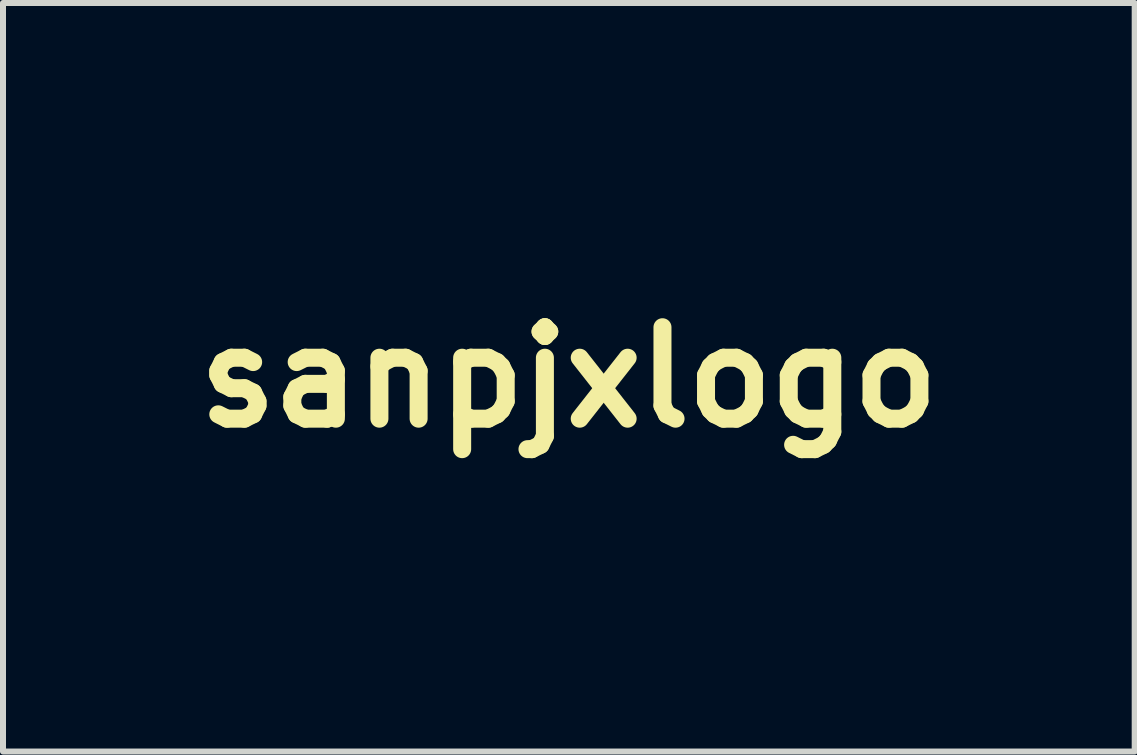
<source format=kicad_pcb>
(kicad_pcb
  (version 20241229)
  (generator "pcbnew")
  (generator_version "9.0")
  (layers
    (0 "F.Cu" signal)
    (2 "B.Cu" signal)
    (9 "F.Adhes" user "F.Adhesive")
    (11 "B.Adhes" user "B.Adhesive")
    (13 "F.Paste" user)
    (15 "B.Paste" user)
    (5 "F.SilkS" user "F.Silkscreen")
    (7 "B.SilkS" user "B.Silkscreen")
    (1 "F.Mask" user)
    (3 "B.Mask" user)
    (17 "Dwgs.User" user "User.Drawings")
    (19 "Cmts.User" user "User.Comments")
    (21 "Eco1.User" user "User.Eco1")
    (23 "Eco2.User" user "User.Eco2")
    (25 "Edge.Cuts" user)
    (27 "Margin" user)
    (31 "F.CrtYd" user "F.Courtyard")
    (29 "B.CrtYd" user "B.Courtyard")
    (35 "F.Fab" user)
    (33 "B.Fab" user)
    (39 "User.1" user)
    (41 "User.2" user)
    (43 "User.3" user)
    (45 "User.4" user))
  (footprint "sanpjxlogo"
    (layer "F.Cu")
    (at 6.43 3.238)
    (property "Reference" "sanpjxlogo" (at 0 0 0) (layer "F.SilkS") (effects (font (size 1.524 1.524) (thickness 0.3))))
    (attr through_hole)
    (fp_poly (pts (xy -0.574 -3.039) (xy -0.381 -2.846) (xy -0.188 -3.039) (xy 0.006 -3.232) (xy 0.189 -3.042) (xy 0.241 -2.987) (xy 0.29 -2.939) (xy 0.33 -2.899) (xy 0.361 -2.87) (xy 0.38 -2.854) (xy 0.385 -2.852) (xy 0.396 -2.86) (xy 0.422 -2.882) (xy 0.458 -2.915) (xy 0.461 -2.918) (xy 0.75 -2.918) (xy 0.756 -2.891) (xy 0.763 -2.878) (xy 0.769 -2.861) (xy 0.761 -2.843) (xy 0.752 -2.815) (xy 0.758 -2.794) (xy 0.775 -2.783) (xy 0.796 -2.789) (xy 0.808 -2.799) (xy 0.821 -2.81) (xy 0.836 -2.806) (xy 0.85 -2.798) (xy 0.873 -2.786) (xy 0.89 -2.791) (xy 0.895 -2.794) (xy 0.911 -2.818) (xy 0.904 -2.842) (xy 0.894 -2.852) (xy 0.883 -2.865) (xy 0.889 -2.879) (xy 0.896 -2.888) (xy 0.908 -2.912) (xy 0.903 -2.932) (xy 0.885 -2.944) (xy 0.862 -2.942) (xy 0.845 -2.93) (xy 0.829 -2.922) (xy 0.817 -2.93) (xy 0.795 -2.941) (xy 0.777 -2.944) (xy 0.756 -2.938) (xy 0.75 -2.918) (xy 0.461 -2.918) (xy 0.504 -2.959) (xy 0.556 -3.009) (xy 0.586 -3.039) (xy 0.774 -3.227) (xy 2.972 -1.028) (xy 2.941 -0.996) (xy 2.91 -0.963) (xy 2.941 -0.932) (xy 2.973 -0.9) (xy 2.811 -0.738) (xy 2.65 -0.576) (xy 2.902 -0.338) (xy 2.388 0.166) (xy 2.559 0.337) (xy 2.73 0.508) (xy 1.368 1.87) (xy 1.22 2.018) (xy 1.077 2.162) (xy 0.939 2.3) (xy 0.806 2.431) (xy 0.681 2.556) (xy 0.564 2.673) (xy 0.455 2.781) (xy 0.356 2.88) (xy 0.267 2.968) (xy 0.19 3.045) (xy 0.124 3.11) (xy 0.072 3.161) (xy 0.033 3.2) (xy 0.009 3.223) (xy 0.000023 3.231) (xy 0.000018 3.231) (xy -0.009 3.223) (xy -0.033 3.199) (xy -0.071 3.161) (xy -0.124 3.108) (xy -0.189 3.043) (xy -0.267 2.966) (xy -0.355 2.877) (xy -0.454 2.778) (xy -0.563 2.67) (xy -0.68 2.553) (xy -0.805 2.428) (xy -0.937 2.296) (xy -1.075 2.157) (xy -1.218 2.014) (xy -1.365 1.866) (xy -2.72 0.508) (xy -2.534 0.508) (xy -1.27 1.772) (xy -1.128 1.915) (xy -0.99 2.052) (xy -0.857 2.185) (xy -0.731 2.311) (xy -0.611 2.43) (xy -0.5 2.541) (xy -0.397 2.643) (xy -0.305 2.736) (xy -0.223 2.817) (xy -0.152 2.887) (xy -0.094 2.945) (xy -0.049 2.989) (xy -0.018 3.02) (xy -0.002 3.035) (xy 0 3.036) (xy 0.009 3.028) (xy 0.033 3.005) (xy 0.071 2.967) (xy 0.124 2.915) (xy 0.189 2.851) (xy 0.266 2.774) (xy 0.354 2.686) (xy 0.452 2.589) (xy 0.56 2.482) (xy 0.675 2.366) (xy 0.799 2.243) (xy 0.929 2.113) (xy 1.064 1.978) (xy 1.205 1.837) (xy 1.27 1.772) (xy 2.534 0.508) (xy 2.413 0.387) (xy 2.291 0.265) (xy 0.001 2.558) (xy -1.145 1.412) (xy -1.305 1.252) (xy -1.108 1.252) (xy 0.006 2.367) (xy 1.114 1.258) (xy 0.967 1.111) (xy 0.82 0.964) (xy 0.41 1.374) (xy 0 1.784) (xy -0.41 1.374) (xy -0.82 0.964) (xy -1.108 1.252) (xy -1.305 1.252) (xy -2.292 0.266) (xy -2.413 0.387) (xy -2.534 0.508) (xy -2.72 0.508) (xy -2.725 0.503) (xy -2.384 0.175) (xy -2.638 -0.08) (xy -2.892 -0.335) (xy -2.771 -0.456) (xy -2.65 -0.577) (xy -2.713 -0.641) (xy -2.39 -0.641) (xy -2.39 -0.029) (xy -1.588 0.774) (xy -1.443 0.629) (xy -1.299 0.485) (xy -1.709 0.075) (xy -2.055 -0.271) (xy -0.762 -0.271) (xy -0.75 -0.145) (xy -0.718 -0.024) (xy -0.667 0.089) (xy -0.599 0.193) (xy -0.515 0.285) (xy -0.418 0.362) (xy -0.309 0.424) (xy -0.19 0.467) (xy -0.109 0.484) (xy -0.021 0.49) (xy 0.076 0.486) (xy 0.173 0.47) (xy 0.231 0.455) (xy 0.351 0.405) (xy 0.46 0.337) (xy 0.556 0.25) (xy 0.637 0.149) (xy 0.701 0.035) (xy 0.729 -0.035) (xy 0.746 -0.101) (xy 0.756 -0.182) (xy 0.761 -0.269) (xy 0.759 -0.354) (xy 0.751 -0.429) (xy 0.746 -0.451) (xy 0.707 -0.565) (xy 0.651 -0.672) (xy 0.581 -0.768) (xy 0.557 -0.794) (xy 0.497 -0.851) (xy 0.446 -0.889) (xy 0.401 -0.907) (xy 0.361 -0.907) (xy 0.322 -0.89) (xy 0.298 -0.869) (xy 0.267 -0.826) (xy 0.258 -0.78) (xy 0.27 -0.732) (xy 0.303 -0.686) (xy 0.33 -0.663) (xy 0.38 -0.614) (xy 0.426 -0.551) (xy 0.465 -0.48) (xy 0.487 -0.424) (xy 0.5 -0.373) (xy 0.506 -0.324) (xy 0.507 -0.267) (xy 0.506 -0.243) (xy 0.502 -0.187) (xy 0.495 -0.145) (xy 0.482 -0.106) (xy 0.461 -0.06) (xy 0.459 -0.056) (xy 0.401 0.038) (xy 0.329 0.115) (xy 0.246 0.173) (xy 0.154 0.213) (xy 0.055 0.233) (xy -0.047 0.232) (xy -0.151 0.21) (xy -0.227 0.179) (xy -0.314 0.124) (xy -0.385 0.055) (xy -0.441 -0.025) (xy -0.479 -0.113) (xy -0.5 -0.206) (xy -0.504 -0.302) (xy -0.49 -0.398) (xy -0.457 -0.489) (xy -0.405 -0.574) (xy -0.349 -0.636) (xy -0.307 -0.677) (xy -0.279 -0.709) (xy -0.263 -0.736) (xy -0.256 -0.763) (xy -0.254 -0.783) (xy -0.264 -0.832) (xy -0.292 -0.872) (xy -0.316 -0.888) (xy -0.126 -0.888) (xy -0.126 -0.799) (xy -0.125 -0.7) (xy -0.121 -0.344) (xy -0.084 -0.311) (xy -0.042 -0.286) (xy 0.006 -0.276) (xy 0.051 -0.283) (xy 0.077 -0.298) (xy 0.09 -0.31) (xy 0.101 -0.323) (xy 0.11 -0.339) (xy 0.116 -0.363) (xy 0.121 -0.394) (xy 0.124 -0.438) (xy 0.126 -0.495) (xy 0.127 -0.569) (xy 0.127 -0.661) (xy 0.127 -0.724) (xy 0.127 -0.829) (xy 0.126 -0.913) (xy 0.125 -0.98) (xy 0.123 -1.03) (xy 0.119 -1.068) (xy 0.112 -1.095) (xy 0.104 -1.114) (xy 0.092 -1.128) (xy 0.078 -1.138) (xy 0.059 -1.148) (xy 0.058 -1.149) (xy 0.023 -1.161) (xy 1.305 -1.161) (xy 1.714 -0.751) (xy 2.124 -0.34) (xy 1.715 0.069) (xy 1.305 0.479) (xy 1.452 0.627) (xy 1.599 0.774) (xy 1.994 0.376) (xy 2.39 -0.022) (xy 2.39 -0.652) (xy 2.098 -0.944) (xy 2.438 -0.944) (xy 2.447 -0.922) (xy 2.467 -0.912) (xy 2.491 -0.916) (xy 2.502 -0.925) (xy 2.519 -0.931) (xy 2.537 -0.923) (xy 2.565 -0.914) (xy 2.587 -0.923) (xy 2.598 -0.942) (xy 2.593 -0.967) (xy 2.584 -0.979) (xy 2.576 -0.995) (xy 2.584 -1.007) (xy 2.598 -1.032) (xy 2.594 -1.055) (xy 2.577 -1.069) (xy 2.551 -1.069) (xy 2.537 -1.063) (xy 2.514 -1.055) (xy 2.502 -1.061) (xy 2.477 -1.074) (xy 2.455 -1.07) (xy 2.44 -1.052) (xy 2.44 -1.027) (xy 2.446 -1.014) (xy 2.453 -0.99) (xy 2.446 -0.971) (xy 2.438 -0.944) (xy 2.098 -0.944) (xy 1.992 -1.051) (xy 1.593 -1.449) (xy 1.449 -1.305) (xy 1.305 -1.161) (xy 0.023 -1.161) (xy 0.011 -1.164) (xy -0.032 -1.159) (xy -0.058 -1.147) (xy -0.077 -1.135) (xy -0.092 -1.122) (xy -0.104 -1.106) (xy -0.113 -1.084) (xy -0.119 -1.054) (xy -0.123 -1.013) (xy -0.125 -0.958) (xy -0.126 -0.888) (xy -0.316 -0.888) (xy -0.332 -0.899) (xy -0.381 -0.908) (xy -0.402 -0.906) (xy -0.427 -0.898) (xy -0.455 -0.88) (xy -0.492 -0.849) (xy -0.538 -0.804) (xy -0.625 -0.702) (xy -0.691 -0.59) (xy -0.736 -0.47) (xy -0.758 -0.343) (xy -0.762 -0.271) (xy -2.055 -0.271) (xy -2.118 -0.335) (xy -1.709 -0.745) (xy -1.299 -1.154) (xy -1.443 -1.299) (xy -1.587 -1.443) (xy -1.989 -1.042) (xy -2.39 -0.641) (xy -2.713 -0.641) (xy -2.811 -0.739) (xy -2.972 -0.9) (xy -2.938 -0.935) (xy -2.905 -0.97) (xy -2.936 -1.002) (xy -2.967 -1.033) (xy -2.884 -1.116) (xy -2.771 -1.116) (xy -2.766 -1.09) (xy -2.758 -1.077) (xy -2.752 -1.06) (xy -2.76 -1.042) (xy -2.769 -1.014) (xy -2.763 -0.993) (xy -2.747 -0.982) (xy -2.725 -0.988) (xy -2.714 -0.998) (xy -2.701 -1.009) (xy -2.685 -1.005) (xy -2.672 -0.997) (xy -2.648 -0.985) (xy -2.631 -0.99) (xy -2.627 -0.993) (xy -2.611 -1.017) (xy -2.617 -1.041) (xy -2.627 -1.051) (xy -2.638 -1.064) (xy -2.633 -1.078) (xy -2.625 -1.086) (xy -2.613 -1.111) (xy -2.619 -1.131) (xy -2.633 -1.141) (xy -2.331 -1.141) (xy -2.324 -1.128) (xy -2.304 -1.121) (xy -2.276 -1.136) (xy -2.272 -1.139) (xy -2.255 -1.152) (xy -2.241 -1.148) (xy -2.229 -1.138) (xy -2.206 -1.125) (xy -2.188 -1.124) (xy -2.173 -1.14) (xy -2.173 -1.164) (xy -2.186 -1.188) (xy -2.188 -1.189) (xy -2.199 -1.203) (xy -2.194 -1.217) (xy -2.187 -1.225) (xy -2.175 -1.25) (xy -2.18 -1.27) (xy -2.197 -1.281) (xy -2.221 -1.279) (xy -2.238 -1.268) (xy -2.253 -1.26) (xy -2.265 -1.268) (xy -2.29 -1.282) (xy -2.312 -1.279) (xy -2.326 -1.264) (xy -2.326 -1.242) (xy -2.316 -1.225) (xy -2.303 -1.208) (xy -2.308 -1.196) (xy -2.315 -1.189) (xy -2.329 -1.167) (xy -2.331 -1.141) (xy -2.633 -1.141) (xy -2.636 -1.143) (xy -2.66 -1.141) (xy -2.676 -1.129) (xy -2.692 -1.121) (xy -2.704 -1.129) (xy -2.726 -1.14) (xy -2.744 -1.143) (xy -2.765 -1.137) (xy -2.771 -1.116) (xy -2.884 -1.116) (xy -2.704 -1.296) (xy -2.528 -1.296) (xy -2.519 -1.283) (xy -2.514 -1.282) (xy -2.503 -1.289) (xy -2.478 -1.312) (xy -2.439 -1.348) (xy -2.39 -1.395) (xy -2.331 -1.453) (xy -2.264 -1.518) (xy -2.243 -1.539) (xy -2.086 -1.539) (xy -2.081 -1.522) (xy -2.078 -1.518) (xy -2.057 -1.502) (xy -2.034 -1.508) (xy -2.02 -1.519) (xy -2.004 -1.53) (xy -1.991 -1.524) (xy -1.986 -1.519) (xy -1.962 -1.502) (xy -1.938 -1.509) (xy -1.928 -1.518) (xy -1.92 -1.535) (xy -1.928 -1.557) (xy -1.932 -1.563) (xy -1.943 -1.584) (xy -1.941 -1.596) (xy -1.847 -1.596) (xy -1.838 -1.583) (xy -1.833 -1.582) (xy -1.822 -1.59) (xy -1.797 -1.613) (xy -1.758 -1.649) (xy -1.707 -1.698) (xy -1.646 -1.758) (xy -1.575 -1.827) (xy -1.497 -1.904) (xy -1.473 -1.928) (xy -1.102 -1.928) (xy -0.814 -1.639) (xy -0.404 -2.049) (xy 0.006 -2.459) (xy 0.416 -2.049) (xy 0.825 -1.639) (xy 0.97 -1.784) (xy 1.025 -1.839) (xy 1.605 -1.839) (xy 1.613 -1.828) (xy 1.635 -1.804) (xy 1.67 -1.767) (xy 1.716 -1.72) (xy 1.77 -1.665) (xy 1.831 -1.604) (xy 1.896 -1.538) (xy 1.964 -1.471) (xy 2.033 -1.403) (xy 2.1 -1.337) (xy 2.164 -1.274) (xy 2.222 -1.217) (xy 2.273 -1.168) (xy 2.314 -1.129) (xy 2.345 -1.101) (xy 2.361 -1.087) (xy 2.364 -1.085) (xy 2.377 -1.094) (xy 2.378 -1.1) (xy 2.37 -1.111) (xy 2.348 -1.136) (xy 2.312 -1.174) (xy 2.265 -1.224) (xy 2.243 -1.246) (xy 2.426 -1.246) (xy 2.432 -1.222) (xy 2.438 -1.215) (xy 2.453 -1.203) (xy 2.466 -1.205) (xy 2.484 -1.22) (xy 2.502 -1.233) (xy 2.516 -1.229) (xy 2.527 -1.22) (xy 2.551 -1.208) (xy 2.573 -1.21) (xy 2.586 -1.225) (xy 2.586 -1.231) (xy 2.58 -1.253) (xy 2.572 -1.27) (xy 2.564 -1.291) (xy 2.572 -1.307) (xy 2.586 -1.331) (xy 2.582 -1.353) (xy 2.566 -1.366) (xy 2.543 -1.365) (xy 2.527 -1.355) (xy 2.509 -1.342) (xy 2.495 -1.346) (xy 2.482 -1.356) (xy 2.463 -1.37) (xy 2.447 -1.366) (xy 2.442 -1.363) (xy 2.426 -1.341) (xy 2.431 -1.318) (xy 2.442 -1.304) (xy 2.454 -1.288) (xy 2.448 -1.275) (xy 2.442 -1.27) (xy 2.426 -1.246) (xy 2.243 -1.246) (xy 2.208 -1.283) (xy 2.142 -1.349) (xy 2.074 -1.418) (xy 2.139 -1.418) (xy 2.14 -1.404) (xy 2.156 -1.389) (xy 2.181 -1.387) (xy 2.202 -1.398) (xy 2.219 -1.404) (xy 2.237 -1.396) (xy 2.265 -1.388) (xy 2.287 -1.396) (xy 2.298 -1.416) (xy 2.293 -1.441) (xy 2.284 -1.452) (xy 2.276 -1.468) (xy 2.284 -1.48) (xy 2.298 -1.505) (xy 2.295 -1.527) (xy 2.28 -1.541) (xy 2.258 -1.541) (xy 2.241 -1.531) (xy 2.224 -1.518) (xy 2.212 -1.523) (xy 2.205 -1.529) (xy 2.183 -1.544) (xy 2.158 -1.545) (xy 2.141 -1.532) (xy 2.14 -1.53) (xy 2.141 -1.508) (xy 2.151 -1.485) (xy 2.163 -1.464) (xy 2.159 -1.45) (xy 2.151 -1.44) (xy 2.139 -1.418) (xy 2.074 -1.418) (xy 2.071 -1.422) (xy 2.012 -1.481) (xy 1.917 -1.575) (xy 1.837 -1.654) (xy 1.771 -1.718) (xy 1.717 -1.768) (xy 1.676 -1.805) (xy 1.645 -1.83) (xy 1.623 -1.844) (xy 1.61 -1.848) (xy 1.605 -1.842) (xy 1.605 -1.839) (xy 1.025 -1.839) (xy 1.077 -1.891) (xy 1.411 -1.891) (xy 1.42 -1.869) (xy 1.439 -1.858) (xy 1.464 -1.863) (xy 1.474 -1.871) (xy 1.492 -1.877) (xy 1.51 -1.869) (xy 1.538 -1.861) (xy 1.56 -1.87) (xy 1.571 -1.889) (xy 1.565 -1.914) (xy 1.556 -1.926) (xy 1.548 -1.941) (xy 1.556 -1.953) (xy 1.57 -1.979) (xy 1.566 -2.002) (xy 1.549 -2.016) (xy 1.523 -2.016) (xy 1.51 -2.01) (xy 1.487 -2.002) (xy 1.474 -2.008) (xy 1.45 -2.021) (xy 1.427 -2.016) (xy 1.413 -1.999) (xy 1.413 -1.973) (xy 1.418 -1.961) (xy 1.426 -1.937) (xy 1.418 -1.918) (xy 1.411 -1.891) (xy 1.077 -1.891) (xy 1.114 -1.928) (xy 0.724 -2.318) (xy 1.166 -2.318) (xy 1.166 -2.318) (xy 1.174 -2.305) (xy 1.194 -2.281) (xy 1.224 -2.248) (xy 1.258 -2.211) (xy 1.295 -2.175) (xy 1.328 -2.142) (xy 1.355 -2.116) (xy 1.373 -2.103) (xy 1.376 -2.101) (xy 1.389 -2.11) (xy 1.392 -2.114) (xy 1.387 -2.127) (xy 1.368 -2.152) (xy 1.338 -2.187) (xy 1.298 -2.229) (xy 1.298 -2.229) (xy 1.249 -2.277) (xy 1.362 -2.277) (xy 1.37 -2.267) (xy 1.392 -2.243) (xy 1.426 -2.208) (xy 1.47 -2.163) (xy 1.522 -2.11) (xy 1.578 -2.053) (xy 1.638 -1.993) (xy 1.698 -1.933) (xy 1.757 -1.875) (xy 1.812 -1.82) (xy 1.861 -1.772) (xy 1.902 -1.732) (xy 1.933 -1.704) (xy 1.95 -1.688) (xy 1.954 -1.686) (xy 1.961 -1.695) (xy 1.963 -1.706) (xy 1.955 -1.719) (xy 1.932 -1.746) (xy 1.898 -1.784) (xy 1.854 -1.831) (xy 1.802 -1.885) (xy 1.745 -1.943) (xy 1.685 -2.003) (xy 1.625 -2.063) (xy 1.567 -2.12) (xy 1.513 -2.172) (xy 1.465 -2.217) (xy 1.426 -2.253) (xy 1.398 -2.276) (xy 1.383 -2.286) (xy 1.383 -2.286) (xy 1.365 -2.282) (xy 1.362 -2.277) (xy 1.249 -2.277) (xy 1.247 -2.279) (xy 1.21 -2.312) (xy 1.185 -2.329) (xy 1.171 -2.331) (xy 1.166 -2.318) (xy 0.724 -2.318) (xy 0.56 -2.482) (xy 0.44 -2.603) (xy 0.927 -2.603) (xy 0.929 -2.581) (xy 0.939 -2.566) (xy 0.95 -2.551) (xy 0.947 -2.535) (xy 0.939 -2.521) (xy 0.928 -2.498) (xy 0.932 -2.48) (xy 0.935 -2.476) (xy 0.959 -2.46) (xy 0.983 -2.467) (xy 0.993 -2.477) (xy 1.006 -2.488) (xy 1.02 -2.483) (xy 1.029 -2.475) (xy 1.053 -2.463) (xy 1.074 -2.469) (xy 1.085 -2.486) (xy 1.083 -2.51) (xy 1.071 -2.526) (xy 1.064 -2.542) (xy 1.071 -2.554) (xy 1.083 -2.576) (xy 1.085 -2.594) (xy 1.079 -2.615) (xy 1.059 -2.621) (xy 1.032 -2.615) (xy 1.018 -2.607) (xy 1.003 -2.599) (xy 0.991 -2.607) (xy 0.967 -2.619) (xy 0.942 -2.617) (xy 0.927 -2.603) (xy 0.44 -2.603) (xy 0.291 -2.751) (xy 1.028 -2.751) (xy 1.036 -2.741) (xy 1.058 -2.716) (xy 1.094 -2.679) (xy 1.141 -2.63) (xy 1.198 -2.572) (xy 1.264 -2.506) (xy 1.335 -2.435) (xy 1.411 -2.358) (xy 1.49 -2.279) (xy 1.571 -2.199) (xy 1.651 -2.12) (xy 1.728 -2.043) (xy 1.803 -1.97) (xy 1.871 -1.903) (xy 1.933 -1.843) (xy 1.985 -1.792) (xy 2.027 -1.751) (xy 2.057 -1.724) (xy 2.073 -1.71) (xy 2.075 -1.709) (xy 2.089 -1.718) (xy 2.09 -1.723) (xy 2.082 -1.734) (xy 2.059 -1.759) (xy 2.022 -1.798) (xy 1.974 -1.848) (xy 1.914 -1.91) (xy 1.845 -1.98) (xy 1.768 -2.058) (xy 1.684 -2.143) (xy 1.595 -2.232) (xy 1.579 -2.248) (xy 1.468 -2.359) (xy 1.372 -2.454) (xy 1.291 -2.534) (xy 1.222 -2.601) (xy 1.166 -2.654) (xy 1.121 -2.696) (xy 1.086 -2.726) (xy 1.06 -2.746) (xy 1.042 -2.757) (xy 1.032 -2.759) (xy 1.028 -2.753) (xy 1.028 -2.751) (xy 0.291 -2.751) (xy 0.006 -3.036) (xy -0.548 -2.482) (xy -1.102 -1.928) (xy -1.473 -1.928) (xy -1.412 -1.988) (xy -1.322 -2.078) (xy -1.299 -2.101) (xy -1.191 -2.21) (xy -1.098 -2.303) (xy -1.019 -2.383) (xy -0.954 -2.449) (xy -0.902 -2.503) (xy -0.861 -2.547) (xy -0.831 -2.58) (xy -0.81 -2.605) (xy -0.798 -2.621) (xy -0.794 -2.631) (xy -0.794 -2.635) (xy -0.8 -2.635) (xy -0.812 -2.628) (xy -0.832 -2.613) (xy -0.859 -2.589) (xy -0.896 -2.556) (xy -0.942 -2.511) (xy -1.001 -2.455) (xy -1.071 -2.385) (xy -1.155 -2.302) (xy -1.254 -2.204) (xy -1.328 -2.13) (xy -1.419 -2.039) (xy -1.504 -1.953) (xy -1.583 -1.873) (xy -1.655 -1.8) (xy -1.717 -1.736) (xy -1.769 -1.683) (xy -1.808 -1.641) (xy -1.835 -1.612) (xy -1.847 -1.597) (xy -1.847 -1.596) (xy -1.941 -1.596) (xy -1.94 -1.598) (xy -1.931 -1.608) (xy -1.92 -1.63) (xy -1.92 -1.644) (xy -1.937 -1.66) (xy -1.961 -1.661) (xy -1.984 -1.649) (xy -1.999 -1.641) (xy -2.011 -1.649) (xy -2.034 -1.66) (xy -2.06 -1.661) (xy -2.079 -1.651) (xy -2.082 -1.647) (xy -2.08 -1.626) (xy -2.07 -1.605) (xy -2.059 -1.585) (xy -2.064 -1.569) (xy -2.073 -1.558) (xy -2.086 -1.539) (xy -2.243 -1.539) (xy -2.191 -1.59) (xy -2.127 -1.654) (xy -2.058 -1.723) (xy -1.847 -1.723) (xy -1.838 -1.71) (xy -1.833 -1.709) (xy -1.822 -1.717) (xy -1.796 -1.739) (xy -1.758 -1.774) (xy -1.71 -1.82) (xy -1.653 -1.875) (xy -1.59 -1.937) (xy -1.533 -1.994) (xy -1.466 -2.061) (xy -1.405 -2.124) (xy -1.351 -2.179) (xy -1.307 -2.226) (xy -1.273 -2.262) (xy -1.253 -2.286) (xy -1.247 -2.295) (xy -1.256 -2.308) (xy -1.261 -2.309) (xy -1.273 -2.301) (xy -1.298 -2.279) (xy -1.335 -2.245) (xy -1.381 -2.201) (xy -1.434 -2.149) (xy -1.492 -2.092) (xy -1.552 -2.033) (xy -1.612 -1.973) (xy -1.67 -1.914) (xy -1.723 -1.859) (xy -1.77 -1.811) (xy -1.807 -1.771) (xy -1.834 -1.741) (xy -1.846 -1.725) (xy -1.847 -1.723) (xy -2.058 -1.723) (xy -2.051 -1.73) (xy -1.98 -1.802) (xy -1.916 -1.868) (xy -1.86 -1.926) (xy -1.814 -1.973) (xy -1.781 -2.01) (xy -1.76 -2.033) (xy -1.755 -2.041) (xy -1.764 -2.054) (xy -1.769 -2.055) (xy -1.78 -2.047) (xy -1.806 -2.025) (xy -1.843 -1.99) (xy -1.891 -1.944) (xy -1.946 -1.89) (xy -2.008 -1.829) (xy -2.074 -1.764) (xy -2.143 -1.696) (xy -2.211 -1.627) (xy -2.278 -1.56) (xy -2.34 -1.497) (xy -2.397 -1.438) (xy -2.446 -1.387) (xy -2.486 -1.346) (xy -2.513 -1.315) (xy -2.527 -1.299) (xy -2.528 -1.296) (xy -2.704 -1.296) (xy -1.868 -2.133) (xy -1.663 -2.338) (xy -1.612 -2.338) (xy -1.61 -2.316) (xy -1.599 -2.297) (xy -1.585 -2.279) (xy -1.587 -2.265) (xy -1.599 -2.252) (xy -1.612 -2.229) (xy -1.612 -2.211) (xy -1.596 -2.196) (xy -1.572 -2.196) (xy -1.549 -2.209) (xy -1.547 -2.211) (xy -1.534 -2.223) (xy -1.52 -2.217) (xy -1.511 -2.21) (xy -1.487 -2.198) (xy -1.466 -2.203) (xy -1.455 -2.22) (xy -1.457 -2.244) (xy -1.469 -2.261) (xy -1.476 -2.276) (xy -1.469 -2.288) (xy -1.455 -2.313) (xy -1.457 -2.335) (xy -1.472 -2.349) (xy -1.494 -2.349) (xy -1.511 -2.339) (xy -1.529 -2.327) (xy -1.541 -2.331) (xy -1.547 -2.338) (xy -1.569 -2.353) (xy -1.594 -2.353) (xy -1.611 -2.34) (xy -1.612 -2.338) (xy -1.663 -2.338) (xy -1.153 -2.848) (xy -0.739 -2.848) (xy -0.737 -2.824) (xy -0.726 -2.809) (xy -0.72 -2.792) (xy -0.728 -2.774) (xy -0.736 -2.748) (xy -0.732 -2.725) (xy -0.717 -2.713) (xy -0.714 -2.713) (xy -0.695 -2.72) (xy -0.681 -2.731) (xy -0.664 -2.742) (xy -0.652 -2.737) (xy -0.647 -2.731) (xy -0.625 -2.716) (xy -0.612 -2.713) (xy -0.591 -2.722) (xy -0.583 -2.742) (xy -0.592 -2.767) (xy -0.596 -2.773) (xy -0.609 -2.79) (xy -0.605 -2.804) (xy -0.596 -2.815) (xy -0.584 -2.84) (xy -0.588 -2.862) (xy -0.606 -2.874) (xy -0.612 -2.875) (xy -0.636 -2.866) (xy -0.647 -2.857) (xy -0.66 -2.846) (xy -0.674 -2.851) (xy -0.682 -2.859) (xy -0.707 -2.87) (xy -0.728 -2.865) (xy -0.739 -2.848) (xy -1.153 -2.848) (xy -0.768 -3.233) (xy -0.574 -3.039)) (stroke (width 0.01) (type solid)) (fill yes) (layer "F.Mask")))
  (gr_rect
    (start -3 -3)
    (end 15.86 9.474)
    (stroke (width 0.1) (type default))
    (fill no)
    (layer "Edge.Cuts")))
</source>
